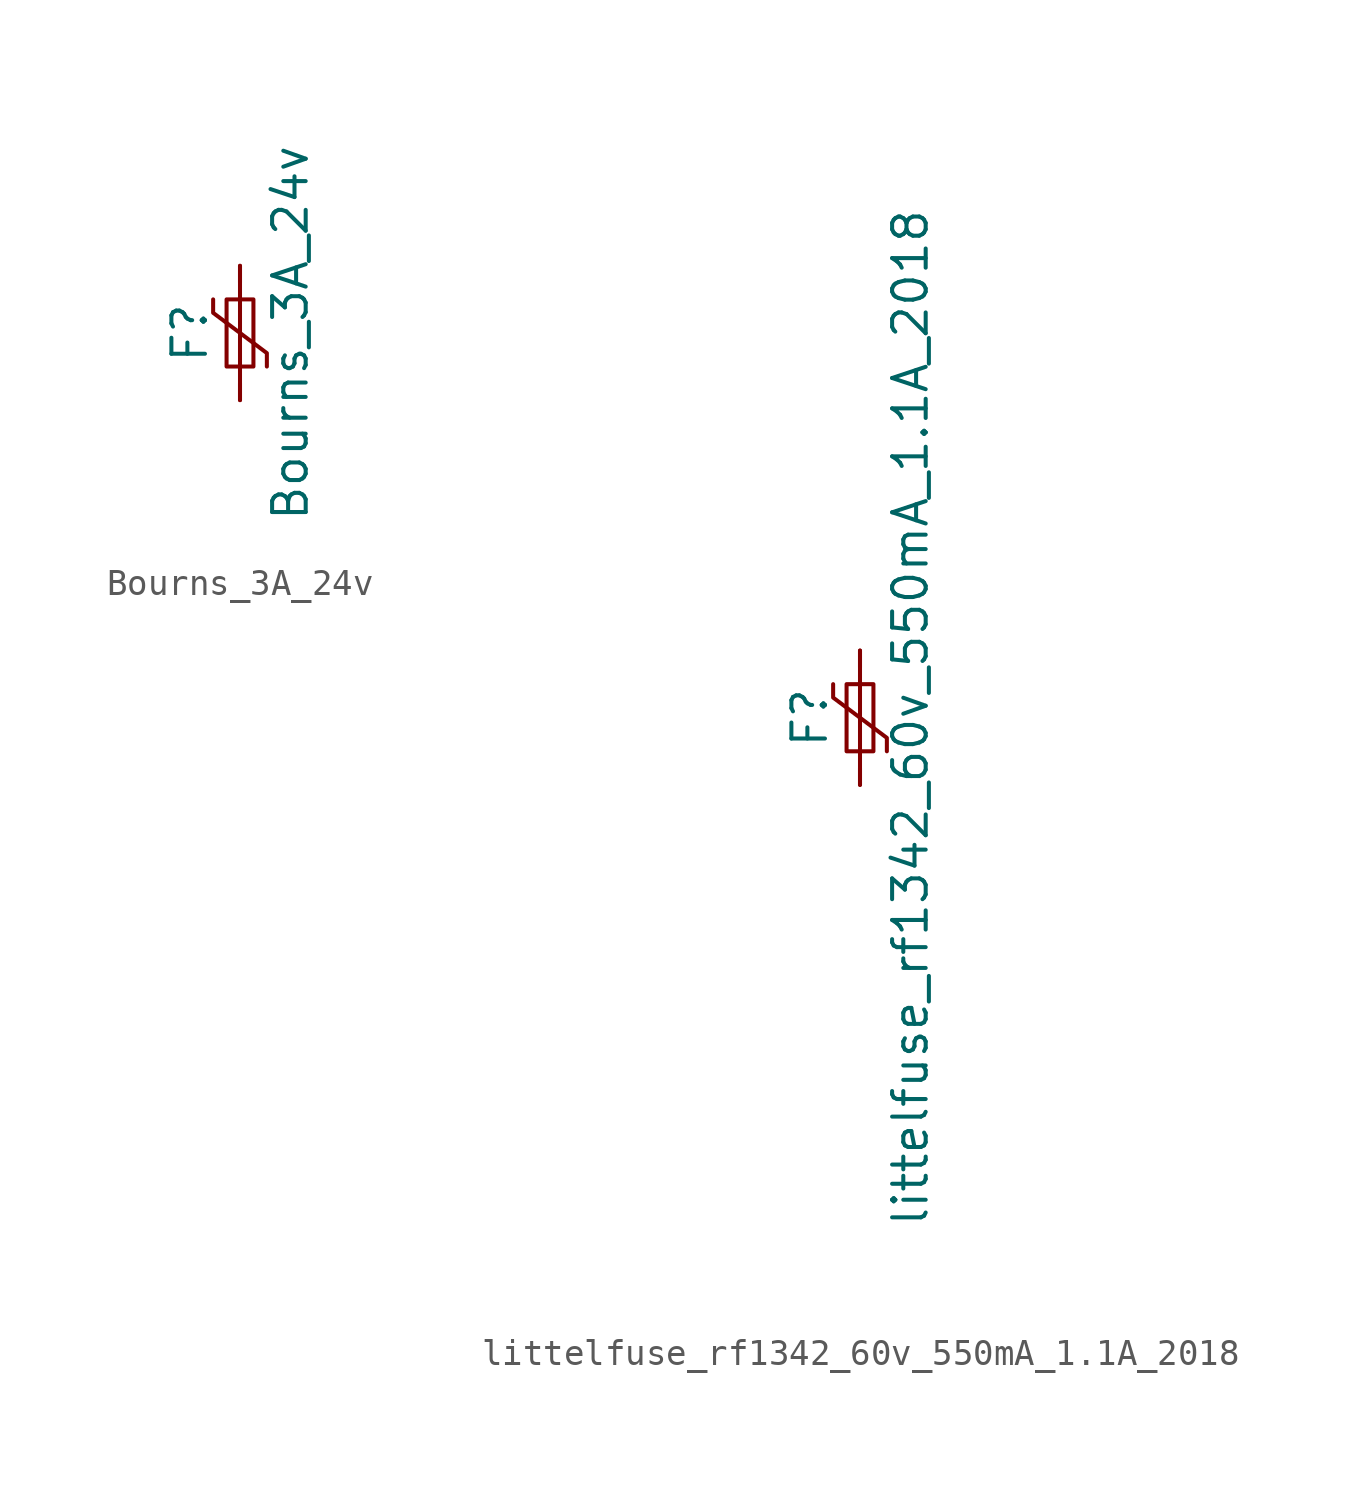
<source format=kicad_sym>
(kicad_symbol_lib
  (version 20220914)
  (generator kicad_symbol_editor)
  (symbol "Bourns_3A_24v"
    (pin_numbers hide)
    (pin_names
      (offset 0))
    (property "Reference" "F"
      (at -1.905 0 90)
      (effects (font (size 1.27 1.27))))
    (property "Value" "Bourns_3A_24v"
      (at 1.905 0 90)
      (effects (font (size 1.27 1.27))))
    (symbol "Bourns_3A_24v_0_1"
      (rectangle (start -0.508 1.27) (end 0.508 -1.27) (stroke (width 0) (type default)) (fill (type none)))
      (polyline (pts (xy 0 2.54) (xy 0 -2.54)) (stroke (width 0) (type default)) (fill (type none)))
      (polyline (pts (xy -1.016 1.27) (xy -1.016 0.762) (xy 1.016 -0.762) (xy 1.016 -1.27)) (stroke (width 0) (type default)) (fill (type none))))
    (symbol "Bourns_3A_24v_1_1"
      (pin passive line (at 0 2.54 270) (length 0.635) (name "~" (effects (font (size 1.27 1.27)))) (number "1" (effects (font (size 1.27 1.27)))))
      (pin passive line (at 0 -2.54 90) (length 0.635) (name "~" (effects (font (size 1.27 1.27)))) (number "2" (effects (font (size 1.27 1.27)))))))
  (symbol "littelfuse_rf1342_60v_550mA_1.1A_2018"
    (pin_numbers hide)
    (pin_names
      (offset 0))
    (property "Reference" "F"
      (at -1.905 0 90)
      (effects (font (size 1.27 1.27))))
    (property "Value" "littelfuse_rf1342_60v_550mA_1.1A_2018"
      (at 1.905 0 90)
      (effects (font (size 1.27 1.27))))
    (symbol "littelfuse_rf1342_60v_550mA_1.1A_2018_0_1"
      (rectangle (start -0.508 1.27) (end 0.508 -1.27) (stroke (width 0) (type default)) (fill (type none)))
      (polyline (pts (xy 0 2.54) (xy 0 -2.54)) (stroke (width 0) (type default)) (fill (type none)))
      (polyline (pts (xy -1.016 1.27) (xy -1.016 0.762) (xy 1.016 -0.762) (xy 1.016 -1.27)) (stroke (width 0) (type default)) (fill (type none))))
    (symbol "littelfuse_rf1342_60v_550mA_1.1A_2018_1_1"
      (pin passive line (at 0 2.54 270) (length 0.635) (name "~" (effects (font (size 1.27 1.27)))) (number "1" (effects (font (size 1.27 1.27)))))
      (pin passive line (at 0 -2.54 90) (length 0.635) (name "~" (effects (font (size 1.27 1.27)))) (number "2" (effects (font (size 1.27 1.27))))))))
</source>
